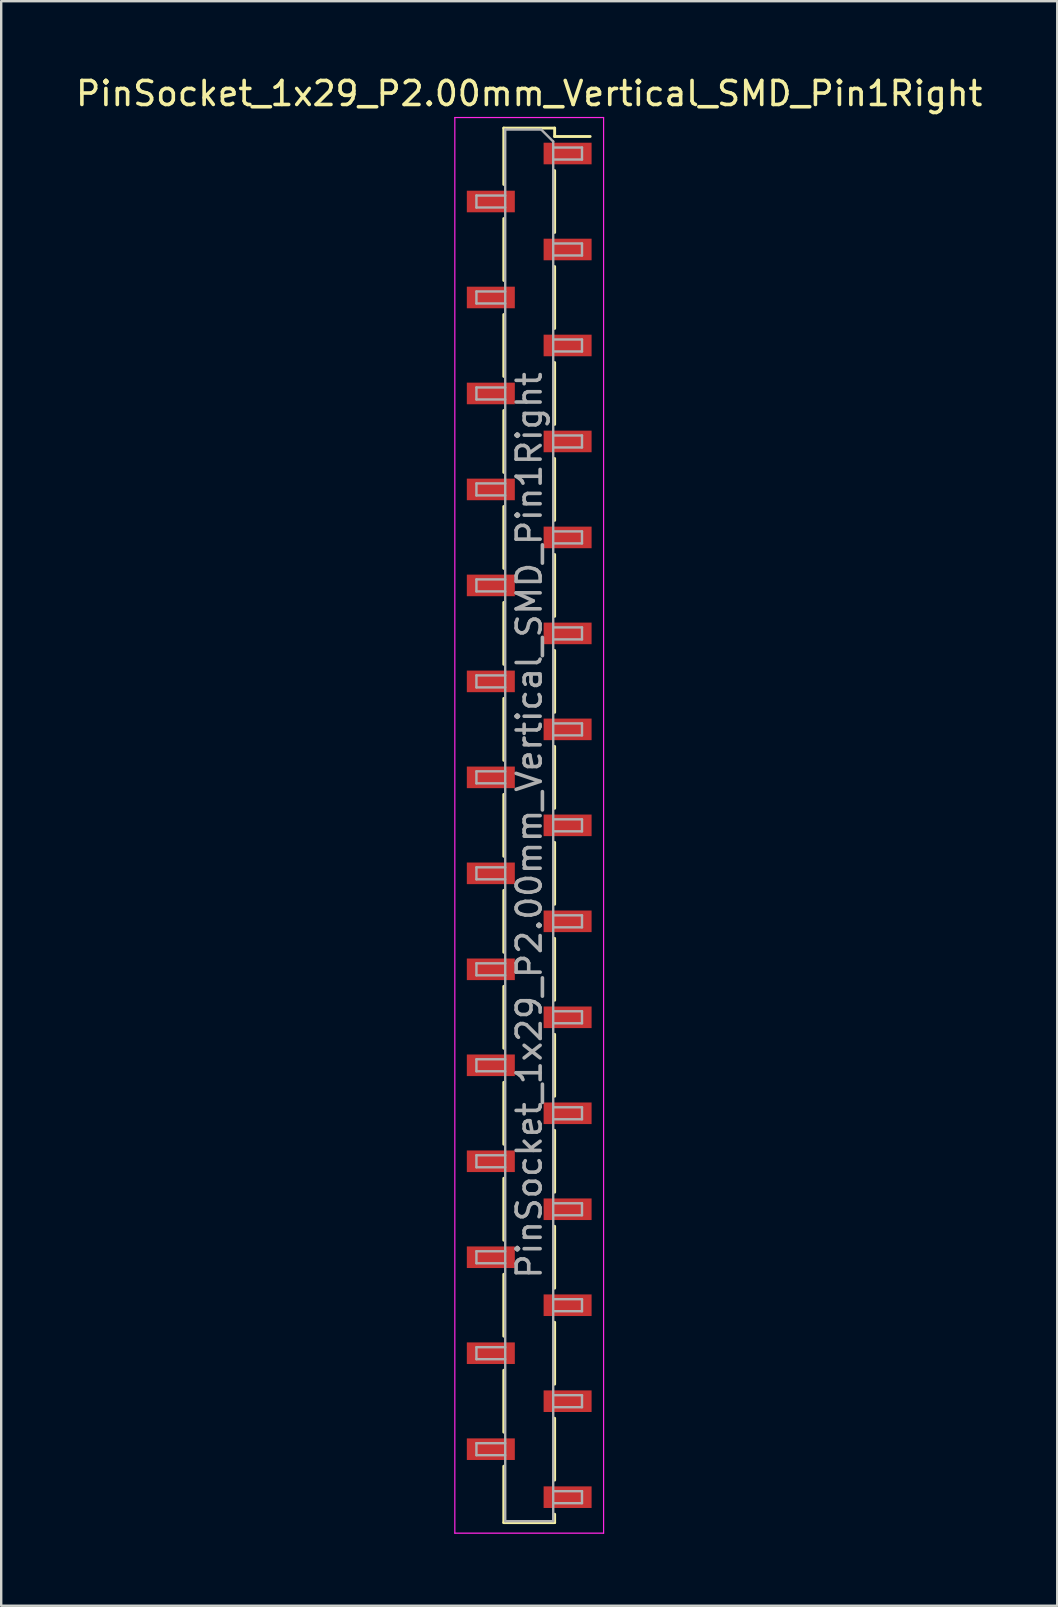
<source format=kicad_pcb>
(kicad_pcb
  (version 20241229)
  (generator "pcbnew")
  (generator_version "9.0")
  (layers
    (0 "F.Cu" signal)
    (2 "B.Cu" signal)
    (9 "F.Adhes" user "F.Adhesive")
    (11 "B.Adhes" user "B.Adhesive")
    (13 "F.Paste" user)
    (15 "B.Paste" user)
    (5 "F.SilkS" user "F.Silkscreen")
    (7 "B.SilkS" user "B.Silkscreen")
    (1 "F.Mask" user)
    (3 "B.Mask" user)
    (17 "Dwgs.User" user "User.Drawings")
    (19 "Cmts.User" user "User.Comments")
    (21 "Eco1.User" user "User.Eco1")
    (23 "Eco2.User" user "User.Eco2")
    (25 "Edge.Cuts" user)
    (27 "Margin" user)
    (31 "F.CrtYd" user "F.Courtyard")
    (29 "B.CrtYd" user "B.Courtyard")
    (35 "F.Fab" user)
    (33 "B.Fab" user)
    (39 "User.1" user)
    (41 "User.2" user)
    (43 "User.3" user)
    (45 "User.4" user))
  (footprint "PinSocket_1x29_P2.00mm_Vertical_SMD_Pin1Right"
    (layer "F.Cu")
    (at 19.006 31.348)
    (property "Reference" "PinSocket_1x29_P2.00mm_Vertical_SMD_Pin1Right" (at 0 -30.5 0) (layer "F.SilkS") (effects (font (size 1 1) (thickness 0.15))))
    (attr smd)
    (fp_line (start -1.06 -29.06) (end -1.06 -26.71) (stroke (width 0.12) (type solid)) (layer "F.SilkS"))
    (fp_line (start -1.06 -29.06) (end 1.06 -29.06) (stroke (width 0.12) (type solid)) (layer "F.SilkS"))
    (fp_line (start -1.06 -25.29) (end -1.06 -22.71) (stroke (width 0.12) (type solid)) (layer "F.SilkS"))
    (fp_line (start -1.06 -21.29) (end -1.06 -18.71) (stroke (width 0.12) (type solid)) (layer "F.SilkS"))
    (fp_line (start -1.06 -17.29) (end -1.06 -14.71) (stroke (width 0.12) (type solid)) (layer "F.SilkS"))
    (fp_line (start -1.06 -13.29) (end -1.06 -10.71) (stroke (width 0.12) (type solid)) (layer "F.SilkS"))
    (fp_line (start -1.06 -9.29) (end -1.06 -6.71) (stroke (width 0.12) (type solid)) (layer "F.SilkS"))
    (fp_line (start -1.06 -5.29) (end -1.06 -2.71) (stroke (width 0.12) (type solid)) (layer "F.SilkS"))
    (fp_line (start -1.06 -1.29) (end -1.06 1.29) (stroke (width 0.12) (type solid)) (layer "F.SilkS"))
    (fp_line (start -1.06 2.71) (end -1.06 5.29) (stroke (width 0.12) (type solid)) (layer "F.SilkS"))
    (fp_line (start -1.06 6.71) (end -1.06 9.29) (stroke (width 0.12) (type solid)) (layer "F.SilkS"))
    (fp_line (start -1.06 10.71) (end -1.06 13.29) (stroke (width 0.12) (type solid)) (layer "F.SilkS"))
    (fp_line (start -1.06 14.71) (end -1.06 17.29) (stroke (width 0.12) (type solid)) (layer "F.SilkS"))
    (fp_line (start -1.06 18.71) (end -1.06 21.29) (stroke (width 0.12) (type solid)) (layer "F.SilkS"))
    (fp_line (start -1.06 22.71) (end -1.06 25.29) (stroke (width 0.12) (type solid)) (layer "F.SilkS"))
    (fp_line (start -1.06 26.71) (end -1.06 29.06) (stroke (width 0.12) (type solid)) (layer "F.SilkS"))
    (fp_line (start -1.06 29.06) (end 1.06 29.06) (stroke (width 0.12) (type solid)) (layer "F.SilkS"))
    (fp_line (start 1.06 -29.06) (end 1.06 -28.71) (stroke (width 0.12) (type solid)) (layer "F.SilkS"))
    (fp_line (start 1.06 -28.71) (end 2.54 -28.71) (stroke (width 0.12) (type solid)) (layer "F.SilkS"))
    (fp_line (start 1.06 -27.29) (end 1.06 -24.71) (stroke (width 0.12) (type solid)) (layer "F.SilkS"))
    (fp_line (start 1.06 -23.29) (end 1.06 -20.71) (stroke (width 0.12) (type solid)) (layer "F.SilkS"))
    (fp_line (start 1.06 -19.29) (end 1.06 -16.71) (stroke (width 0.12) (type solid)) (layer "F.SilkS"))
    (fp_line (start 1.06 -15.29) (end 1.06 -12.71) (stroke (width 0.12) (type solid)) (layer "F.SilkS"))
    (fp_line (start 1.06 -11.29) (end 1.06 -8.71) (stroke (width 0.12) (type solid)) (layer "F.SilkS"))
    (fp_line (start 1.06 -7.29) (end 1.06 -4.71) (stroke (width 0.12) (type solid)) (layer "F.SilkS"))
    (fp_line (start 1.06 -3.29) (end 1.06 -0.71) (stroke (width 0.12) (type solid)) (layer "F.SilkS"))
    (fp_line (start 1.06 0.71) (end 1.06 3.29) (stroke (width 0.12) (type solid)) (layer "F.SilkS"))
    (fp_line (start 1.06 4.71) (end 1.06 7.29) (stroke (width 0.12) (type solid)) (layer "F.SilkS"))
    (fp_line (start 1.06 8.71) (end 1.06 11.29) (stroke (width 0.12) (type solid)) (layer "F.SilkS"))
    (fp_line (start 1.06 12.71) (end 1.06 15.29) (stroke (width 0.12) (type solid)) (layer "F.SilkS"))
    (fp_line (start 1.06 16.71) (end 1.06 19.29) (stroke (width 0.12) (type solid)) (layer "F.SilkS"))
    (fp_line (start 1.06 20.71) (end 1.06 23.29) (stroke (width 0.12) (type solid)) (layer "F.SilkS"))
    (fp_line (start 1.06 24.71) (end 1.06 27.29) (stroke (width 0.12) (type solid)) (layer "F.SilkS"))
    (fp_line (start 1.06 28.71) (end 1.06 29.06) (stroke (width 0.12) (type solid)) (layer "F.SilkS"))
    (fp_line (start -3.1 -29.5) (end 3.1 -29.5) (stroke (width 0.05) (type solid)) (layer "F.CrtYd"))
    (fp_line (start -3.1 29.5) (end -3.1 -29.5) (stroke (width 0.05) (type solid)) (layer "F.CrtYd"))
    (fp_line (start 3.1 -29.5) (end 3.1 29.5) (stroke (width 0.05) (type solid)) (layer "F.CrtYd"))
    (fp_line (start 3.1 29.5) (end -3.1 29.5) (stroke (width 0.05) (type solid)) (layer "F.CrtYd"))
    (fp_line (start -2.2 -26.25) (end -1 -26.25) (stroke (width 0.1) (type solid)) (layer "F.Fab"))
    (fp_line (start -2.2 -25.75) (end -2.2 -26.25) (stroke (width 0.1) (type solid)) (layer "F.Fab"))
    (fp_line (start -2.2 -22.25) (end -1 -22.25) (stroke (width 0.1) (type solid)) (layer "F.Fab"))
    (fp_line (start -2.2 -21.75) (end -2.2 -22.25) (stroke (width 0.1) (type solid)) (layer "F.Fab"))
    (fp_line (start -2.2 -18.25) (end -1 -18.25) (stroke (width 0.1) (type solid)) (layer "F.Fab"))
    (fp_line (start -2.2 -17.75) (end -2.2 -18.25) (stroke (width 0.1) (type solid)) (layer "F.Fab"))
    (fp_line (start -2.2 -14.25) (end -1 -14.25) (stroke (width 0.1) (type solid)) (layer "F.Fab"))
    (fp_line (start -2.2 -13.75) (end -2.2 -14.25) (stroke (width 0.1) (type solid)) (layer "F.Fab"))
    (fp_line (start -2.2 -10.25) (end -1 -10.25) (stroke (width 0.1) (type solid)) (layer "F.Fab"))
    (fp_line (start -2.2 -9.75) (end -2.2 -10.25) (stroke (width 0.1) (type solid)) (layer "F.Fab"))
    (fp_line (start -2.2 -6.25) (end -1 -6.25) (stroke (width 0.1) (type solid)) (layer "F.Fab"))
    (fp_line (start -2.2 -5.75) (end -2.2 -6.25) (stroke (width 0.1) (type solid)) (layer "F.Fab"))
    (fp_line (start -2.2 -2.25) (end -1 -2.25) (stroke (width 0.1) (type solid)) (layer "F.Fab"))
    (fp_line (start -2.2 -1.75) (end -2.2 -2.25) (stroke (width 0.1) (type solid)) (layer "F.Fab"))
    (fp_line (start -2.2 1.75) (end -1 1.75) (stroke (width 0.1) (type solid)) (layer "F.Fab"))
    (fp_line (start -2.2 2.25) (end -2.2 1.75) (stroke (width 0.1) (type solid)) (layer "F.Fab"))
    (fp_line (start -2.2 5.75) (end -1 5.75) (stroke (width 0.1) (type solid)) (layer "F.Fab"))
    (fp_line (start -2.2 6.25) (end -2.2 5.75) (stroke (width 0.1) (type solid)) (layer "F.Fab"))
    (fp_line (start -2.2 9.75) (end -1 9.75) (stroke (width 0.1) (type solid)) (layer "F.Fab"))
    (fp_line (start -2.2 10.25) (end -2.2 9.75) (stroke (width 0.1) (type solid)) (layer "F.Fab"))
    (fp_line (start -2.2 13.75) (end -1 13.75) (stroke (width 0.1) (type solid)) (layer "F.Fab"))
    (fp_line (start -2.2 14.25) (end -2.2 13.75) (stroke (width 0.1) (type solid)) (layer "F.Fab"))
    (fp_line (start -2.2 17.75) (end -1 17.75) (stroke (width 0.1) (type solid)) (layer "F.Fab"))
    (fp_line (start -2.2 18.25) (end -2.2 17.75) (stroke (width 0.1) (type solid)) (layer "F.Fab"))
    (fp_line (start -2.2 21.75) (end -1 21.75) (stroke (width 0.1) (type solid)) (layer "F.Fab"))
    (fp_line (start -2.2 22.25) (end -2.2 21.75) (stroke (width 0.1) (type solid)) (layer "F.Fab"))
    (fp_line (start -2.2 25.75) (end -1 25.75) (stroke (width 0.1) (type solid)) (layer "F.Fab"))
    (fp_line (start -2.2 26.25) (end -2.2 25.75) (stroke (width 0.1) (type solid)) (layer "F.Fab"))
    (fp_line (start -1 -29) (end 0.5 -29) (stroke (width 0.1) (type solid)) (layer "F.Fab"))
    (fp_line (start -1 -25.75) (end -2.2 -25.75) (stroke (width 0.1) (type solid)) (layer "F.Fab"))
    (fp_line (start -1 -21.75) (end -2.2 -21.75) (stroke (width 0.1) (type solid)) (layer "F.Fab"))
    (fp_line (start -1 -17.75) (end -2.2 -17.75) (stroke (width 0.1) (type solid)) (layer "F.Fab"))
    (fp_line (start -1 -13.75) (end -2.2 -13.75) (stroke (width 0.1) (type solid)) (layer "F.Fab"))
    (fp_line (start -1 -9.75) (end -2.2 -9.75) (stroke (width 0.1) (type solid)) (layer "F.Fab"))
    (fp_line (start -1 -5.75) (end -2.2 -5.75) (stroke (width 0.1) (type solid)) (layer "F.Fab"))
    (fp_line (start -1 -1.75) (end -2.2 -1.75) (stroke (width 0.1) (type solid)) (layer "F.Fab"))
    (fp_line (start -1 2.25) (end -2.2 2.25) (stroke (width 0.1) (type solid)) (layer "F.Fab"))
    (fp_line (start -1 6.25) (end -2.2 6.25) (stroke (width 0.1) (type solid)) (layer "F.Fab"))
    (fp_line (start -1 10.25) (end -2.2 10.25) (stroke (width 0.1) (type solid)) (layer "F.Fab"))
    (fp_line (start -1 14.25) (end -2.2 14.25) (stroke (width 0.1) (type solid)) (layer "F.Fab"))
    (fp_line (start -1 18.25) (end -2.2 18.25) (stroke (width 0.1) (type solid)) (layer "F.Fab"))
    (fp_line (start -1 22.25) (end -2.2 22.25) (stroke (width 0.1) (type solid)) (layer "F.Fab"))
    (fp_line (start -1 26.25) (end -2.2 26.25) (stroke (width 0.1) (type solid)) (layer "F.Fab"))
    (fp_line (start -1 29) (end -1 -29) (stroke (width 0.1) (type solid)) (layer "F.Fab"))
    (fp_line (start 0.5 -29) (end 1 -28.5) (stroke (width 0.1) (type solid)) (layer "F.Fab"))
    (fp_line (start 1 -28.5) (end 1 29) (stroke (width 0.1) (type solid)) (layer "F.Fab"))
    (fp_line (start 1 -28.25) (end 2.2 -28.25) (stroke (width 0.1) (type solid)) (layer "F.Fab"))
    (fp_line (start 1 -24.25) (end 2.2 -24.25) (stroke (width 0.1) (type solid)) (layer "F.Fab"))
    (fp_line (start 1 -20.25) (end 2.2 -20.25) (stroke (width 0.1) (type solid)) (layer "F.Fab"))
    (fp_line (start 1 -16.25) (end 2.2 -16.25) (stroke (width 0.1) (type solid)) (layer "F.Fab"))
    (fp_line (start 1 -12.25) (end 2.2 -12.25) (stroke (width 0.1) (type solid)) (layer "F.Fab"))
    (fp_line (start 1 -8.25) (end 2.2 -8.25) (stroke (width 0.1) (type solid)) (layer "F.Fab"))
    (fp_line (start 1 -4.25) (end 2.2 -4.25) (stroke (width 0.1) (type solid)) (layer "F.Fab"))
    (fp_line (start 1 -0.25) (end 2.2 -0.25) (stroke (width 0.1) (type solid)) (layer "F.Fab"))
    (fp_line (start 1 3.75) (end 2.2 3.75) (stroke (width 0.1) (type solid)) (layer "F.Fab"))
    (fp_line (start 1 7.75) (end 2.2 7.75) (stroke (width 0.1) (type solid)) (layer "F.Fab"))
    (fp_line (start 1 11.75) (end 2.2 11.75) (stroke (width 0.1) (type solid)) (layer "F.Fab"))
    (fp_line (start 1 15.75) (end 2.2 15.75) (stroke (width 0.1) (type solid)) (layer "F.Fab"))
    (fp_line (start 1 19.75) (end 2.2 19.75) (stroke (width 0.1) (type solid)) (layer "F.Fab"))
    (fp_line (start 1 23.75) (end 2.2 23.75) (stroke (width 0.1) (type solid)) (layer "F.Fab"))
    (fp_line (start 1 27.75) (end 2.2 27.75) (stroke (width 0.1) (type solid)) (layer "F.Fab"))
    (fp_line (start 1 29) (end -1 29) (stroke (width 0.1) (type solid)) (layer "F.Fab"))
    (fp_line (start 2.2 -28.25) (end 2.2 -27.75) (stroke (width 0.1) (type solid)) (layer "F.Fab"))
    (fp_line (start 2.2 -27.75) (end 1 -27.75) (stroke (width 0.1) (type solid)) (layer "F.Fab"))
    (fp_line (start 2.2 -24.25) (end 2.2 -23.75) (stroke (width 0.1) (type solid)) (layer "F.Fab"))
    (fp_line (start 2.2 -23.75) (end 1 -23.75) (stroke (width 0.1) (type solid)) (layer "F.Fab"))
    (fp_line (start 2.2 -20.25) (end 2.2 -19.75) (stroke (width 0.1) (type solid)) (layer "F.Fab"))
    (fp_line (start 2.2 -19.75) (end 1 -19.75) (stroke (width 0.1) (type solid)) (layer "F.Fab"))
    (fp_line (start 2.2 -16.25) (end 2.2 -15.75) (stroke (width 0.1) (type solid)) (layer "F.Fab"))
    (fp_line (start 2.2 -15.75) (end 1 -15.75) (stroke (width 0.1) (type solid)) (layer "F.Fab"))
    (fp_line (start 2.2 -12.25) (end 2.2 -11.75) (stroke (width 0.1) (type solid)) (layer "F.Fab"))
    (fp_line (start 2.2 -11.75) (end 1 -11.75) (stroke (width 0.1) (type solid)) (layer "F.Fab"))
    (fp_line (start 2.2 -8.25) (end 2.2 -7.75) (stroke (width 0.1) (type solid)) (layer "F.Fab"))
    (fp_line (start 2.2 -7.75) (end 1 -7.75) (stroke (width 0.1) (type solid)) (layer "F.Fab"))
    (fp_line (start 2.2 -4.25) (end 2.2 -3.75) (stroke (width 0.1) (type solid)) (layer "F.Fab"))
    (fp_line (start 2.2 -3.75) (end 1 -3.75) (stroke (width 0.1) (type solid)) (layer "F.Fab"))
    (fp_line (start 2.2 -0.25) (end 2.2 0.25) (stroke (width 0.1) (type solid)) (layer "F.Fab"))
    (fp_line (start 2.2 0.25) (end 1 0.25) (stroke (width 0.1) (type solid)) (layer "F.Fab"))
    (fp_line (start 2.2 3.75) (end 2.2 4.25) (stroke (width 0.1) (type solid)) (layer "F.Fab"))
    (fp_line (start 2.2 4.25) (end 1 4.25) (stroke (width 0.1) (type solid)) (layer "F.Fab"))
    (fp_line (start 2.2 7.75) (end 2.2 8.25) (stroke (width 0.1) (type solid)) (layer "F.Fab"))
    (fp_line (start 2.2 8.25) (end 1 8.25) (stroke (width 0.1) (type solid)) (layer "F.Fab"))
    (fp_line (start 2.2 11.75) (end 2.2 12.25) (stroke (width 0.1) (type solid)) (layer "F.Fab"))
    (fp_line (start 2.2 12.25) (end 1 12.25) (stroke (width 0.1) (type solid)) (layer "F.Fab"))
    (fp_line (start 2.2 15.75) (end 2.2 16.25) (stroke (width 0.1) (type solid)) (layer "F.Fab"))
    (fp_line (start 2.2 16.25) (end 1 16.25) (stroke (width 0.1) (type solid)) (layer "F.Fab"))
    (fp_line (start 2.2 19.75) (end 2.2 20.25) (stroke (width 0.1) (type solid)) (layer "F.Fab"))
    (fp_line (start 2.2 20.25) (end 1 20.25) (stroke (width 0.1) (type solid)) (layer "F.Fab"))
    (fp_line (start 2.2 23.75) (end 2.2 24.25) (stroke (width 0.1) (type solid)) (layer "F.Fab"))
    (fp_line (start 2.2 24.25) (end 1 24.25) (stroke (width 0.1) (type solid)) (layer "F.Fab"))
    (fp_line (start 2.2 27.75) (end 2.2 28.25) (stroke (width 0.1) (type solid)) (layer "F.Fab"))
    (fp_line (start 2.2 28.25) (end 1 28.25) (stroke (width 0.1) (type solid)) (layer "F.Fab"))
    (fp_text user "${REFERENCE}" (at 0 0 90) (layer "F.Fab") (effects (font (size 1 1) (thickness 0.15))))
    (pad "1" smd rect (at 1.6 -28) (size 2 0.9) (layers "F.Cu" "F.Mask" "F.Paste"))
    (pad "2" smd rect (at -1.6 -26) (size 2 0.9) (layers "F.Cu" "F.Mask" "F.Paste"))
    (pad "3" smd rect (at 1.6 -24) (size 2 0.9) (layers "F.Cu" "F.Mask" "F.Paste"))
    (pad "4" smd rect (at -1.6 -22) (size 2 0.9) (layers "F.Cu" "F.Mask" "F.Paste"))
    (pad "5" smd rect (at 1.6 -20) (size 2 0.9) (layers "F.Cu" "F.Mask" "F.Paste"))
    (pad "6" smd rect (at -1.6 -18) (size 2 0.9) (layers "F.Cu" "F.Mask" "F.Paste"))
    (pad "7" smd rect (at 1.6 -16) (size 2 0.9) (layers "F.Cu" "F.Mask" "F.Paste"))
    (pad "8" smd rect (at -1.6 -14) (size 2 0.9) (layers "F.Cu" "F.Mask" "F.Paste"))
    (pad "9" smd rect (at 1.6 -12) (size 2 0.9) (layers "F.Cu" "F.Mask" "F.Paste"))
    (pad "10" smd rect (at -1.6 -10) (size 2 0.9) (layers "F.Cu" "F.Mask" "F.Paste"))
    (pad "11" smd rect (at 1.6 -8) (size 2 0.9) (layers "F.Cu" "F.Mask" "F.Paste"))
    (pad "12" smd rect (at -1.6 -6) (size 2 0.9) (layers "F.Cu" "F.Mask" "F.Paste"))
    (pad "13" smd rect (at 1.6 -4) (size 2 0.9) (layers "F.Cu" "F.Mask" "F.Paste"))
    (pad "14" smd rect (at -1.6 -2) (size 2 0.9) (layers "F.Cu" "F.Mask" "F.Paste"))
    (pad "15" smd rect (at 1.6 0) (size 2 0.9) (layers "F.Cu" "F.Mask" "F.Paste"))
    (pad "16" smd rect (at -1.6 2) (size 2 0.9) (layers "F.Cu" "F.Mask" "F.Paste"))
    (pad "17" smd rect (at 1.6 4) (size 2 0.9) (layers "F.Cu" "F.Mask" "F.Paste"))
    (pad "18" smd rect (at -1.6 6) (size 2 0.9) (layers "F.Cu" "F.Mask" "F.Paste"))
    (pad "19" smd rect (at 1.6 8) (size 2 0.9) (layers "F.Cu" "F.Mask" "F.Paste"))
    (pad "20" smd rect (at -1.6 10) (size 2 0.9) (layers "F.Cu" "F.Mask" "F.Paste"))
    (pad "21" smd rect (at 1.6 12) (size 2 0.9) (layers "F.Cu" "F.Mask" "F.Paste"))
    (pad "22" smd rect (at -1.6 14) (size 2 0.9) (layers "F.Cu" "F.Mask" "F.Paste"))
    (pad "23" smd rect (at 1.6 16) (size 2 0.9) (layers "F.Cu" "F.Mask" "F.Paste"))
    (pad "24" smd rect (at -1.6 18) (size 2 0.9) (layers "F.Cu" "F.Mask" "F.Paste"))
    (pad "25" smd rect (at 1.6 20) (size 2 0.9) (layers "F.Cu" "F.Mask" "F.Paste"))
    (pad "26" smd rect (at -1.6 22) (size 2 0.9) (layers "F.Cu" "F.Mask" "F.Paste"))
    (pad "27" smd rect (at 1.6 24) (size 2 0.9) (layers "F.Cu" "F.Mask" "F.Paste"))
    (pad "28" smd rect (at -1.6 26) (size 2 0.9) (layers "F.Cu" "F.Mask" "F.Paste"))
    (pad "29" smd rect (at 1.6 28) (size 2 0.9) (layers "F.Cu" "F.Mask" "F.Paste")))
  (gr_rect
    (start -3 -3)
    (end 41.012 63.873)
    (stroke (width 0.1) (type default))
    (fill no)
    (layer "Edge.Cuts")))
</source>
